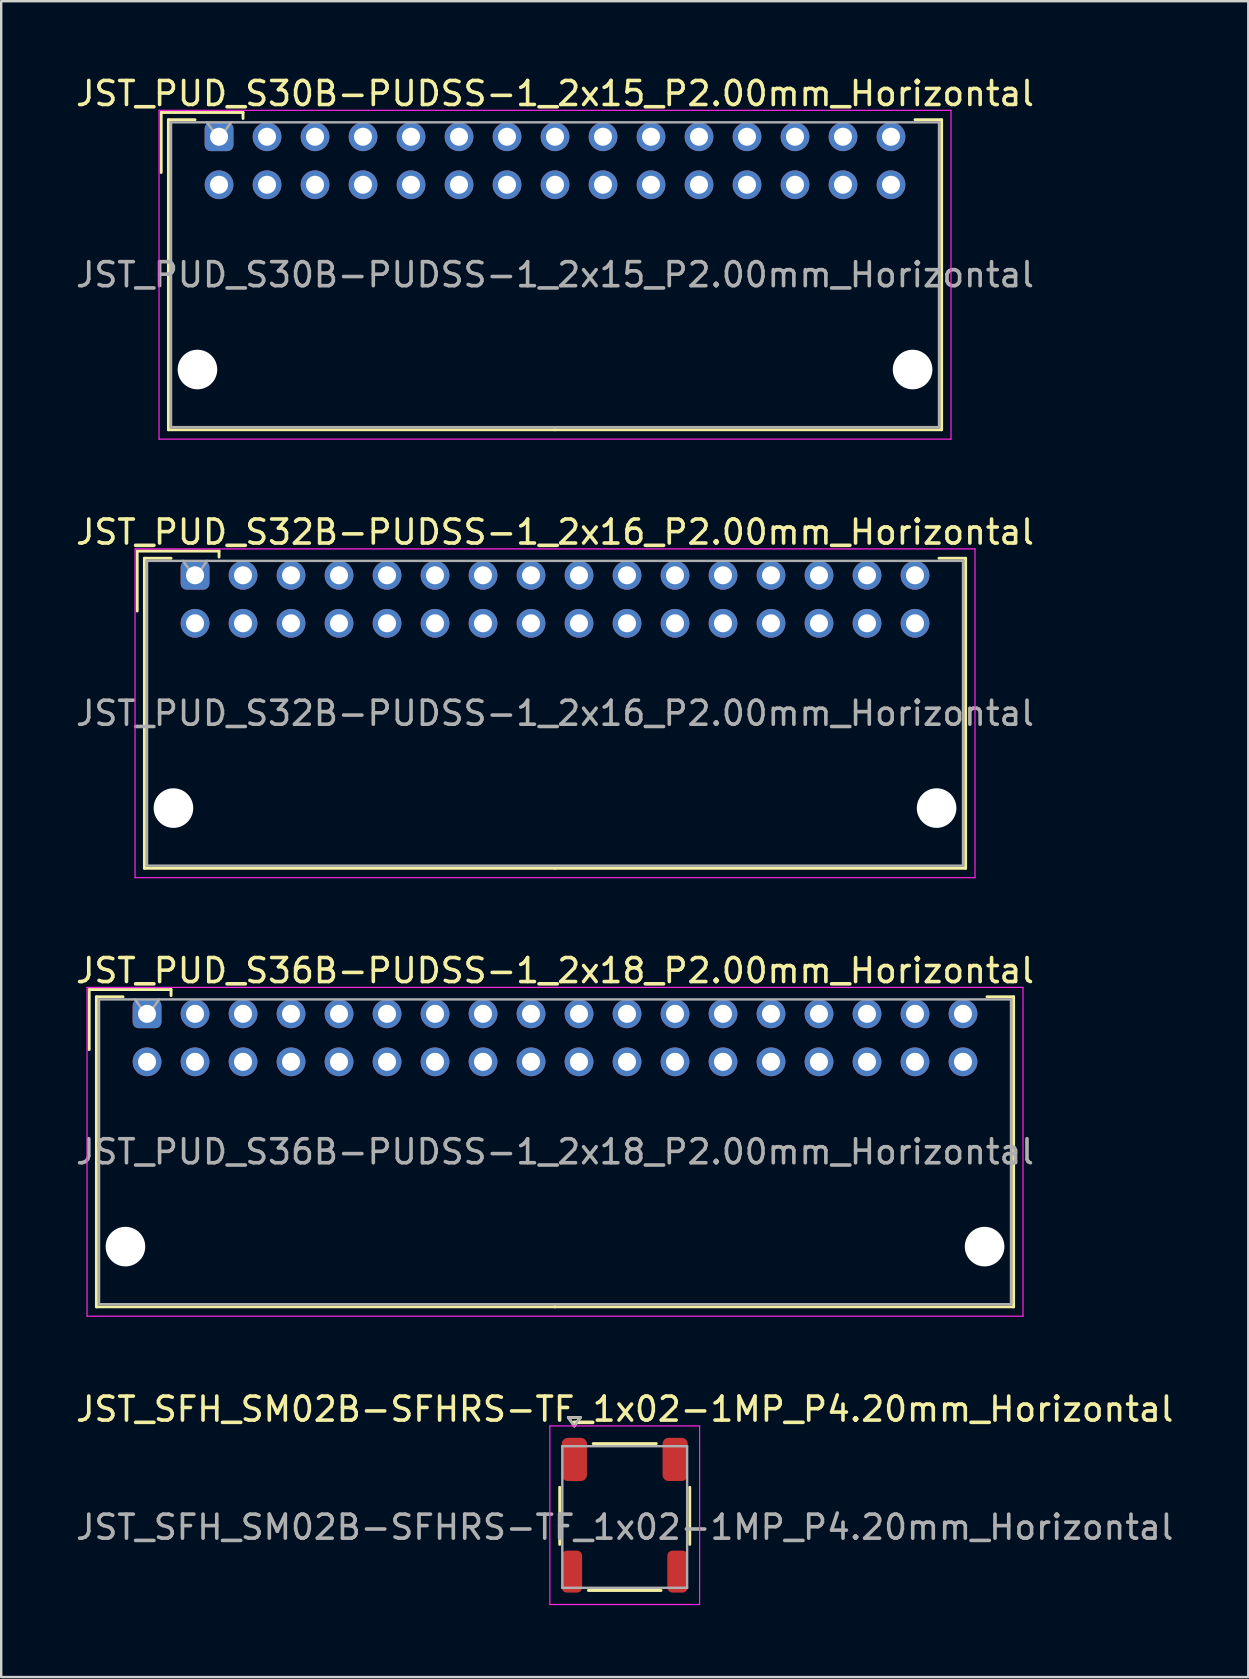
<source format=kicad_pcb>
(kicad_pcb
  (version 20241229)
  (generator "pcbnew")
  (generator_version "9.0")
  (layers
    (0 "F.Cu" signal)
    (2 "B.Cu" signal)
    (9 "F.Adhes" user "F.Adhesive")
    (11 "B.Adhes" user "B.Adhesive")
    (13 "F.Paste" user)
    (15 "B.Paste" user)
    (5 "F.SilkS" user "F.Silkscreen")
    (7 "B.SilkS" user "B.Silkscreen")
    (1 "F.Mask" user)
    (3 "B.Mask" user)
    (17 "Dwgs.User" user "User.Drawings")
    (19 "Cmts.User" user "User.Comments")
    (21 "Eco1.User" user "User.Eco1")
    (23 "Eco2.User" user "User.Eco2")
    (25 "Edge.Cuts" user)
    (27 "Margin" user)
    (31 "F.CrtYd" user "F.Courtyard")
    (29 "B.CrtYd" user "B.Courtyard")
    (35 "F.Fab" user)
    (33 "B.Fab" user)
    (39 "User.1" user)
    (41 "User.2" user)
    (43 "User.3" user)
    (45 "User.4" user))
  (footprint "JST_PUD_S36B-PUDSS-1_2x18_P2.00mm_Horizontal"
    (layer "F.Cu")
    (at 3.077 39.195)
    (property "Reference" "JST_PUD_S36B-PUDSS-1_2x18_P2.00mm_Horizontal" (at 17 -1.8 0) (layer "F.SilkS") (effects (font (size 1 1) (thickness 0.15))))
    (attr through_hole)
    (fp_line (start -2.41 -1.01) (end -2.41 1.49) (stroke (width 0.12) (type solid)) (layer "F.SilkS"))
    (fp_line (start -2.11 -0.71) (end -2.11 12.21) (stroke (width 0.12) (type solid)) (layer "F.SilkS"))
    (fp_line (start -2.11 12.21) (end 17 12.21) (stroke (width 0.12) (type solid)) (layer "F.SilkS"))
    (fp_line (start -1 -0.71) (end -2.11 -0.71) (stroke (width 0.12) (type solid)) (layer "F.SilkS"))
    (fp_line (start 1 -1.01) (end -2.41 -1.01) (stroke (width 0.12) (type solid)) (layer "F.SilkS"))
    (fp_line (start 1 -0.76) (end 1 -1.01) (stroke (width 0.12) (type solid)) (layer "F.SilkS"))
    (fp_line (start 35 -0.71) (end 36.11 -0.71) (stroke (width 0.12) (type solid)) (layer "F.SilkS"))
    (fp_line (start 36.11 -0.71) (end 36.11 12.21) (stroke (width 0.12) (type solid)) (layer "F.SilkS"))
    (fp_line (start 36.11 12.21) (end 17 12.21) (stroke (width 0.12) (type solid)) (layer "F.SilkS"))
    (fp_line (start -2.5 -1.1) (end -2.5 12.6) (stroke (width 0.05) (type solid)) (layer "F.CrtYd"))
    (fp_line (start -2.5 12.6) (end 36.5 12.6) (stroke (width 0.05) (type solid)) (layer "F.CrtYd"))
    (fp_line (start 36.5 -1.1) (end -2.5 -1.1) (stroke (width 0.05) (type solid)) (layer "F.CrtYd"))
    (fp_line (start 36.5 12.6) (end 36.5 -1.1) (stroke (width 0.05) (type solid)) (layer "F.CrtYd"))
    (fp_line (start -2 -0.6) (end -2 12.1) (stroke (width 0.1) (type solid)) (layer "F.Fab"))
    (fp_line (start -2 12.1) (end 36 12.1) (stroke (width 0.1) (type solid)) (layer "F.Fab"))
    (fp_line (start 0 0.107) (end -0.5 -0.6) (stroke (width 0.1) (type solid)) (layer "F.Fab"))
    (fp_line (start 0.5 -0.6) (end 0 0.107) (stroke (width 0.1) (type solid)) (layer "F.Fab"))
    (fp_line (start 36 -0.6) (end -2 -0.6) (stroke (width 0.1) (type solid)) (layer "F.Fab"))
    (fp_line (start 36 12.1) (end 36 -0.6) (stroke (width 0.1) (type solid)) (layer "F.Fab"))
    (fp_text user "${REFERENCE}" (at 17 5.75 0) (layer "F.Fab") (effects (font (size 1 1) (thickness 0.15))))
    (pad "" np_thru_hole circle (at -0.9 9.7) (size 1.65 1.65) (drill 1.65) (layers "*.Cu" "*.Mask"))
    (pad "" np_thru_hole circle (at 34.9 9.7) (size 1.65 1.65) (drill 1.65) (layers "*.Cu" "*.Mask"))
    (pad "1" thru_hole roundrect (at 0 0) (size 1.2 1.2) (drill 0.75) (layers "*.Cu" "*.Mask") (roundrect_rratio 0.208))
    (pad "2" thru_hole circle (at 0 2) (size 1.2 1.2) (drill 0.75) (layers "*.Cu" "*.Mask"))
    (pad "3" thru_hole circle (at 2 0) (size 1.2 1.2) (drill 0.75) (layers "*.Cu" "*.Mask"))
    (pad "4" thru_hole circle (at 2 2) (size 1.2 1.2) (drill 0.75) (layers "*.Cu" "*.Mask"))
    (pad "5" thru_hole circle (at 4 0) (size 1.2 1.2) (drill 0.75) (layers "*.Cu" "*.Mask"))
    (pad "6" thru_hole circle (at 4 2) (size 1.2 1.2) (drill 0.75) (layers "*.Cu" "*.Mask"))
    (pad "7" thru_hole circle (at 6 0) (size 1.2 1.2) (drill 0.75) (layers "*.Cu" "*.Mask"))
    (pad "8" thru_hole circle (at 6 2) (size 1.2 1.2) (drill 0.75) (layers "*.Cu" "*.Mask"))
    (pad "9" thru_hole circle (at 8 0) (size 1.2 1.2) (drill 0.75) (layers "*.Cu" "*.Mask"))
    (pad "10" thru_hole circle (at 8 2) (size 1.2 1.2) (drill 0.75) (layers "*.Cu" "*.Mask"))
    (pad "11" thru_hole circle (at 10 0) (size 1.2 1.2) (drill 0.75) (layers "*.Cu" "*.Mask"))
    (pad "12" thru_hole circle (at 10 2) (size 1.2 1.2) (drill 0.75) (layers "*.Cu" "*.Mask"))
    (pad "13" thru_hole circle (at 12 0) (size 1.2 1.2) (drill 0.75) (layers "*.Cu" "*.Mask"))
    (pad "14" thru_hole circle (at 12 2) (size 1.2 1.2) (drill 0.75) (layers "*.Cu" "*.Mask"))
    (pad "15" thru_hole circle (at 14 0) (size 1.2 1.2) (drill 0.75) (layers "*.Cu" "*.Mask"))
    (pad "16" thru_hole circle (at 14 2) (size 1.2 1.2) (drill 0.75) (layers "*.Cu" "*.Mask"))
    (pad "17" thru_hole circle (at 16 0) (size 1.2 1.2) (drill 0.75) (layers "*.Cu" "*.Mask"))
    (pad "18" thru_hole circle (at 16 2) (size 1.2 1.2) (drill 0.75) (layers "*.Cu" "*.Mask"))
    (pad "19" thru_hole circle (at 18 0) (size 1.2 1.2) (drill 0.75) (layers "*.Cu" "*.Mask"))
    (pad "20" thru_hole circle (at 18 2) (size 1.2 1.2) (drill 0.75) (layers "*.Cu" "*.Mask"))
    (pad "21" thru_hole circle (at 20 0) (size 1.2 1.2) (drill 0.75) (layers "*.Cu" "*.Mask"))
    (pad "22" thru_hole circle (at 20 2) (size 1.2 1.2) (drill 0.75) (layers "*.Cu" "*.Mask"))
    (pad "23" thru_hole circle (at 22 0) (size 1.2 1.2) (drill 0.75) (layers "*.Cu" "*.Mask"))
    (pad "24" thru_hole circle (at 22 2) (size 1.2 1.2) (drill 0.75) (layers "*.Cu" "*.Mask"))
    (pad "25" thru_hole circle (at 24 0) (size 1.2 1.2) (drill 0.75) (layers "*.Cu" "*.Mask"))
    (pad "26" thru_hole circle (at 24 2) (size 1.2 1.2) (drill 0.75) (layers "*.Cu" "*.Mask"))
    (pad "27" thru_hole circle (at 26 0) (size 1.2 1.2) (drill 0.75) (layers "*.Cu" "*.Mask"))
    (pad "28" thru_hole circle (at 26 2) (size 1.2 1.2) (drill 0.75) (layers "*.Cu" "*.Mask"))
    (pad "29" thru_hole circle (at 28 0) (size 1.2 1.2) (drill 0.75) (layers "*.Cu" "*.Mask"))
    (pad "30" thru_hole circle (at 28 2) (size 1.2 1.2) (drill 0.75) (layers "*.Cu" "*.Mask"))
    (pad "31" thru_hole circle (at 30 0) (size 1.2 1.2) (drill 0.75) (layers "*.Cu" "*.Mask"))
    (pad "32" thru_hole circle (at 30 2) (size 1.2 1.2) (drill 0.75) (layers "*.Cu" "*.Mask"))
    (pad "33" thru_hole circle (at 32 0) (size 1.2 1.2) (drill 0.75) (layers "*.Cu" "*.Mask"))
    (pad "34" thru_hole circle (at 32 2) (size 1.2 1.2) (drill 0.75) (layers "*.Cu" "*.Mask"))
    (pad "35" thru_hole circle (at 34 0) (size 1.2 1.2) (drill 0.75) (layers "*.Cu" "*.Mask"))
    (pad "36" thru_hole circle (at 34 2) (size 1.2 1.2) (drill 0.75) (layers "*.Cu" "*.Mask")))
  (footprint "JST_PUD_S30B-PUDSS-1_2x15_P2.00mm_Horizontal"
    (layer "F.Cu")
    (at 6.077 2.648)
    (property "Reference" "JST_PUD_S30B-PUDSS-1_2x15_P2.00mm_Horizontal" (at 14 -1.8 0) (layer "F.SilkS") (effects (font (size 1 1) (thickness 0.15))))
    (attr through_hole)
    (fp_line (start -2.41 -1.01) (end -2.41 1.49) (stroke (width 0.12) (type solid)) (layer "F.SilkS"))
    (fp_line (start -2.11 -0.71) (end -2.11 12.21) (stroke (width 0.12) (type solid)) (layer "F.SilkS"))
    (fp_line (start -2.11 12.21) (end 14 12.21) (stroke (width 0.12) (type solid)) (layer "F.SilkS"))
    (fp_line (start -1 -0.71) (end -2.11 -0.71) (stroke (width 0.12) (type solid)) (layer "F.SilkS"))
    (fp_line (start 1 -1.01) (end -2.41 -1.01) (stroke (width 0.12) (type solid)) (layer "F.SilkS"))
    (fp_line (start 1 -0.76) (end 1 -1.01) (stroke (width 0.12) (type solid)) (layer "F.SilkS"))
    (fp_line (start 29 -0.71) (end 30.11 -0.71) (stroke (width 0.12) (type solid)) (layer "F.SilkS"))
    (fp_line (start 30.11 -0.71) (end 30.11 12.21) (stroke (width 0.12) (type solid)) (layer "F.SilkS"))
    (fp_line (start 30.11 12.21) (end 14 12.21) (stroke (width 0.12) (type solid)) (layer "F.SilkS"))
    (fp_line (start -2.5 -1.1) (end -2.5 12.6) (stroke (width 0.05) (type solid)) (layer "F.CrtYd"))
    (fp_line (start -2.5 12.6) (end 30.5 12.6) (stroke (width 0.05) (type solid)) (layer "F.CrtYd"))
    (fp_line (start 30.5 -1.1) (end -2.5 -1.1) (stroke (width 0.05) (type solid)) (layer "F.CrtYd"))
    (fp_line (start 30.5 12.6) (end 30.5 -1.1) (stroke (width 0.05) (type solid)) (layer "F.CrtYd"))
    (fp_line (start -2 -0.6) (end -2 12.1) (stroke (width 0.1) (type solid)) (layer "F.Fab"))
    (fp_line (start -2 12.1) (end 30 12.1) (stroke (width 0.1) (type solid)) (layer "F.Fab"))
    (fp_line (start 0 0.107) (end -0.5 -0.6) (stroke (width 0.1) (type solid)) (layer "F.Fab"))
    (fp_line (start 0.5 -0.6) (end 0 0.107) (stroke (width 0.1) (type solid)) (layer "F.Fab"))
    (fp_line (start 30 -0.6) (end -2 -0.6) (stroke (width 0.1) (type solid)) (layer "F.Fab"))
    (fp_line (start 30 12.1) (end 30 -0.6) (stroke (width 0.1) (type solid)) (layer "F.Fab"))
    (fp_text user "${REFERENCE}" (at 14 5.75 0) (layer "F.Fab") (effects (font (size 1 1) (thickness 0.15))))
    (pad "" np_thru_hole circle (at -0.9 9.7) (size 1.65 1.65) (drill 1.65) (layers "*.Cu" "*.Mask"))
    (pad "" np_thru_hole circle (at 28.9 9.7) (size 1.65 1.65) (drill 1.65) (layers "*.Cu" "*.Mask"))
    (pad "1" thru_hole roundrect (at 0 0) (size 1.2 1.2) (drill 0.75) (layers "*.Cu" "*.Mask") (roundrect_rratio 0.208))
    (pad "2" thru_hole circle (at 0 2) (size 1.2 1.2) (drill 0.75) (layers "*.Cu" "*.Mask"))
    (pad "3" thru_hole circle (at 2 0) (size 1.2 1.2) (drill 0.75) (layers "*.Cu" "*.Mask"))
    (pad "4" thru_hole circle (at 2 2) (size 1.2 1.2) (drill 0.75) (layers "*.Cu" "*.Mask"))
    (pad "5" thru_hole circle (at 4 0) (size 1.2 1.2) (drill 0.75) (layers "*.Cu" "*.Mask"))
    (pad "6" thru_hole circle (at 4 2) (size 1.2 1.2) (drill 0.75) (layers "*.Cu" "*.Mask"))
    (pad "7" thru_hole circle (at 6 0) (size 1.2 1.2) (drill 0.75) (layers "*.Cu" "*.Mask"))
    (pad "8" thru_hole circle (at 6 2) (size 1.2 1.2) (drill 0.75) (layers "*.Cu" "*.Mask"))
    (pad "9" thru_hole circle (at 8 0) (size 1.2 1.2) (drill 0.75) (layers "*.Cu" "*.Mask"))
    (pad "10" thru_hole circle (at 8 2) (size 1.2 1.2) (drill 0.75) (layers "*.Cu" "*.Mask"))
    (pad "11" thru_hole circle (at 10 0) (size 1.2 1.2) (drill 0.75) (layers "*.Cu" "*.Mask"))
    (pad "12" thru_hole circle (at 10 2) (size 1.2 1.2) (drill 0.75) (layers "*.Cu" "*.Mask"))
    (pad "13" thru_hole circle (at 12 0) (size 1.2 1.2) (drill 0.75) (layers "*.Cu" "*.Mask"))
    (pad "14" thru_hole circle (at 12 2) (size 1.2 1.2) (drill 0.75) (layers "*.Cu" "*.Mask"))
    (pad "15" thru_hole circle (at 14 0) (size 1.2 1.2) (drill 0.75) (layers "*.Cu" "*.Mask"))
    (pad "16" thru_hole circle (at 14 2) (size 1.2 1.2) (drill 0.75) (layers "*.Cu" "*.Mask"))
    (pad "17" thru_hole circle (at 16 0) (size 1.2 1.2) (drill 0.75) (layers "*.Cu" "*.Mask"))
    (pad "18" thru_hole circle (at 16 2) (size 1.2 1.2) (drill 0.75) (layers "*.Cu" "*.Mask"))
    (pad "19" thru_hole circle (at 18 0) (size 1.2 1.2) (drill 0.75) (layers "*.Cu" "*.Mask"))
    (pad "20" thru_hole circle (at 18 2) (size 1.2 1.2) (drill 0.75) (layers "*.Cu" "*.Mask"))
    (pad "21" thru_hole circle (at 20 0) (size 1.2 1.2) (drill 0.75) (layers "*.Cu" "*.Mask"))
    (pad "22" thru_hole circle (at 20 2) (size 1.2 1.2) (drill 0.75) (layers "*.Cu" "*.Mask"))
    (pad "23" thru_hole circle (at 22 0) (size 1.2 1.2) (drill 0.75) (layers "*.Cu" "*.Mask"))
    (pad "24" thru_hole circle (at 22 2) (size 1.2 1.2) (drill 0.75) (layers "*.Cu" "*.Mask"))
    (pad "25" thru_hole circle (at 24 0) (size 1.2 1.2) (drill 0.75) (layers "*.Cu" "*.Mask"))
    (pad "26" thru_hole circle (at 24 2) (size 1.2 1.2) (drill 0.75) (layers "*.Cu" "*.Mask"))
    (pad "27" thru_hole circle (at 26 0) (size 1.2 1.2) (drill 0.75) (layers "*.Cu" "*.Mask"))
    (pad "28" thru_hole circle (at 26 2) (size 1.2 1.2) (drill 0.75) (layers "*.Cu" "*.Mask"))
    (pad "29" thru_hole circle (at 28 0) (size 1.2 1.2) (drill 0.75) (layers "*.Cu" "*.Mask"))
    (pad "30" thru_hole circle (at 28 2) (size 1.2 1.2) (drill 0.75) (layers "*.Cu" "*.Mask")))
  (footprint "JST_SFH_SM02B-SFHRS-TF_1x02-1MP_P4.20mm_Horizontal"
    (layer "F.Cu")
    (at 22.982 60.088)
    (property "Reference" "JST_SFH_SM02B-SFHRS-TF_1x02-1MP_P4.20mm_Horizontal" (at 0 -4.42 0) (layer "F.SilkS") (effects (font (size 1 1) (thickness 0.15))))
    (attr smd)
    (fp_line (start -2.71 -1.165) (end -2.71 1.215) (stroke (width 0.12) (type solid)) (layer "F.SilkS"))
    (fp_line (start -2.35 -4.074) (end -2.1 -3.72) (stroke (width 0.12) (type solid)) (layer "F.SilkS"))
    (fp_line (start -2.1 -3.72) (end -1.85 -4.074) (stroke (width 0.12) (type solid)) (layer "F.SilkS"))
    (fp_line (start -1.85 -4.074) (end -2.35 -4.074) (stroke (width 0.12) (type solid)) (layer "F.SilkS"))
    (fp_line (start -1.515 3.135) (end 1.515 3.135) (stroke (width 0.12) (type solid)) (layer "F.SilkS"))
    (fp_line (start -1.315 -2.985) (end 1.315 -2.985) (stroke (width 0.12) (type solid)) (layer "F.SilkS"))
    (fp_line (start 2.71 -1.165) (end 2.71 1.215) (stroke (width 0.12) (type solid)) (layer "F.SilkS"))
    (fp_line (start -3.12 -3.72) (end -3.12 3.72) (stroke (width 0.05) (type solid)) (layer "F.CrtYd"))
    (fp_line (start -3.12 3.72) (end 3.12 3.72) (stroke (width 0.05) (type solid)) (layer "F.CrtYd"))
    (fp_line (start 3.12 -3.72) (end -3.12 -3.72) (stroke (width 0.05) (type solid)) (layer "F.CrtYd"))
    (fp_line (start 3.12 3.72) (end 3.12 -3.72) (stroke (width 0.05) (type solid)) (layer "F.CrtYd"))
    (fp_line (start -2.6 -2.875) (end -2.6 3.025) (stroke (width 0.1) (type solid)) (layer "F.Fab"))
    (fp_line (start -2.6 -2.875) (end 2.6 -2.875) (stroke (width 0.1) (type solid)) (layer "F.Fab"))
    (fp_line (start -2.6 3.025) (end 2.6 3.025) (stroke (width 0.1) (type solid)) (layer "F.Fab"))
    (fp_line (start -2.35 -4.074) (end -2.1 -3.72) (stroke (width 0.1) (type solid)) (layer "F.Fab"))
    (fp_line (start -2.1 -3.72) (end -1.85 -4.074) (stroke (width 0.1) (type solid)) (layer "F.Fab"))
    (fp_line (start -1.85 -4.074) (end -2.35 -4.074) (stroke (width 0.1) (type solid)) (layer "F.Fab"))
    (fp_line (start 2.6 -2.875) (end 2.6 3.025) (stroke (width 0.1) (type solid)) (layer "F.Fab"))
    (fp_text user "${REFERENCE}" (at 0 0.5 0) (layer "F.Fab") (effects (font (size 1 1) (thickness 0.15))))
    (pad "1" smd roundrect (at -2.1 -2.325) (size 1.05 1.8) (layers "F.Cu" "F.Mask" "F.Paste") (roundrect_rratio 0.238))
    (pad "2" smd roundrect (at 2.1 -2.325) (size 1.05 1.8) (layers "F.Cu" "F.Mask" "F.Paste") (roundrect_rratio 0.238))
    (pad "MP" smd roundrect (at -2.2 2.35) (size 0.85 1.75) (layers "F.Cu" "F.Mask" "F.Paste") (roundrect_rratio 0.25))
    (pad "MP" smd roundrect (at 2.2 2.35) (size 0.85 1.75) (layers "F.Cu" "F.Mask" "F.Paste") (roundrect_rratio 0.25)))
  (footprint "JST_PUD_S32B-PUDSS-1_2x16_P2.00mm_Horizontal"
    (layer "F.Cu")
    (at 5.077 20.922)
    (property "Reference" "JST_PUD_S32B-PUDSS-1_2x16_P2.00mm_Horizontal" (at 15 -1.8 0) (layer "F.SilkS") (effects (font (size 1 1) (thickness 0.15))))
    (attr through_hole)
    (fp_line (start -2.41 -1.01) (end -2.41 1.49) (stroke (width 0.12) (type solid)) (layer "F.SilkS"))
    (fp_line (start -2.11 -0.71) (end -2.11 12.21) (stroke (width 0.12) (type solid)) (layer "F.SilkS"))
    (fp_line (start -2.11 12.21) (end 15 12.21) (stroke (width 0.12) (type solid)) (layer "F.SilkS"))
    (fp_line (start -1 -0.71) (end -2.11 -0.71) (stroke (width 0.12) (type solid)) (layer "F.SilkS"))
    (fp_line (start 1 -1.01) (end -2.41 -1.01) (stroke (width 0.12) (type solid)) (layer "F.SilkS"))
    (fp_line (start 1 -0.76) (end 1 -1.01) (stroke (width 0.12) (type solid)) (layer "F.SilkS"))
    (fp_line (start 31 -0.71) (end 32.11 -0.71) (stroke (width 0.12) (type solid)) (layer "F.SilkS"))
    (fp_line (start 32.11 -0.71) (end 32.11 12.21) (stroke (width 0.12) (type solid)) (layer "F.SilkS"))
    (fp_line (start 32.11 12.21) (end 15 12.21) (stroke (width 0.12) (type solid)) (layer "F.SilkS"))
    (fp_line (start -2.5 -1.1) (end -2.5 12.6) (stroke (width 0.05) (type solid)) (layer "F.CrtYd"))
    (fp_line (start -2.5 12.6) (end 32.5 12.6) (stroke (width 0.05) (type solid)) (layer "F.CrtYd"))
    (fp_line (start 32.5 -1.1) (end -2.5 -1.1) (stroke (width 0.05) (type solid)) (layer "F.CrtYd"))
    (fp_line (start 32.5 12.6) (end 32.5 -1.1) (stroke (width 0.05) (type solid)) (layer "F.CrtYd"))
    (fp_line (start -2 -0.6) (end -2 12.1) (stroke (width 0.1) (type solid)) (layer "F.Fab"))
    (fp_line (start -2 12.1) (end 32 12.1) (stroke (width 0.1) (type solid)) (layer "F.Fab"))
    (fp_line (start 0 0.107) (end -0.5 -0.6) (stroke (width 0.1) (type solid)) (layer "F.Fab"))
    (fp_line (start 0.5 -0.6) (end 0 0.107) (stroke (width 0.1) (type solid)) (layer "F.Fab"))
    (fp_line (start 32 -0.6) (end -2 -0.6) (stroke (width 0.1) (type solid)) (layer "F.Fab"))
    (fp_line (start 32 12.1) (end 32 -0.6) (stroke (width 0.1) (type solid)) (layer "F.Fab"))
    (fp_text user "${REFERENCE}" (at 15 5.75 0) (layer "F.Fab") (effects (font (size 1 1) (thickness 0.15))))
    (pad "" np_thru_hole circle (at -0.9 9.7) (size 1.65 1.65) (drill 1.65) (layers "*.Cu" "*.Mask"))
    (pad "" np_thru_hole circle (at 30.9 9.7) (size 1.65 1.65) (drill 1.65) (layers "*.Cu" "*.Mask"))
    (pad "1" thru_hole roundrect (at 0 0) (size 1.2 1.2) (drill 0.75) (layers "*.Cu" "*.Mask") (roundrect_rratio 0.208))
    (pad "2" thru_hole circle (at 0 2) (size 1.2 1.2) (drill 0.75) (layers "*.Cu" "*.Mask"))
    (pad "3" thru_hole circle (at 2 0) (size 1.2 1.2) (drill 0.75) (layers "*.Cu" "*.Mask"))
    (pad "4" thru_hole circle (at 2 2) (size 1.2 1.2) (drill 0.75) (layers "*.Cu" "*.Mask"))
    (pad "5" thru_hole circle (at 4 0) (size 1.2 1.2) (drill 0.75) (layers "*.Cu" "*.Mask"))
    (pad "6" thru_hole circle (at 4 2) (size 1.2 1.2) (drill 0.75) (layers "*.Cu" "*.Mask"))
    (pad "7" thru_hole circle (at 6 0) (size 1.2 1.2) (drill 0.75) (layers "*.Cu" "*.Mask"))
    (pad "8" thru_hole circle (at 6 2) (size 1.2 1.2) (drill 0.75) (layers "*.Cu" "*.Mask"))
    (pad "9" thru_hole circle (at 8 0) (size 1.2 1.2) (drill 0.75) (layers "*.Cu" "*.Mask"))
    (pad "10" thru_hole circle (at 8 2) (size 1.2 1.2) (drill 0.75) (layers "*.Cu" "*.Mask"))
    (pad "11" thru_hole circle (at 10 0) (size 1.2 1.2) (drill 0.75) (layers "*.Cu" "*.Mask"))
    (pad "12" thru_hole circle (at 10 2) (size 1.2 1.2) (drill 0.75) (layers "*.Cu" "*.Mask"))
    (pad "13" thru_hole circle (at 12 0) (size 1.2 1.2) (drill 0.75) (layers "*.Cu" "*.Mask"))
    (pad "14" thru_hole circle (at 12 2) (size 1.2 1.2) (drill 0.75) (layers "*.Cu" "*.Mask"))
    (pad "15" thru_hole circle (at 14 0) (size 1.2 1.2) (drill 0.75) (layers "*.Cu" "*.Mask"))
    (pad "16" thru_hole circle (at 14 2) (size 1.2 1.2) (drill 0.75) (layers "*.Cu" "*.Mask"))
    (pad "17" thru_hole circle (at 16 0) (size 1.2 1.2) (drill 0.75) (layers "*.Cu" "*.Mask"))
    (pad "18" thru_hole circle (at 16 2) (size 1.2 1.2) (drill 0.75) (layers "*.Cu" "*.Mask"))
    (pad "19" thru_hole circle (at 18 0) (size 1.2 1.2) (drill 0.75) (layers "*.Cu" "*.Mask"))
    (pad "20" thru_hole circle (at 18 2) (size 1.2 1.2) (drill 0.75) (layers "*.Cu" "*.Mask"))
    (pad "21" thru_hole circle (at 20 0) (size 1.2 1.2) (drill 0.75) (layers "*.Cu" "*.Mask"))
    (pad "22" thru_hole circle (at 20 2) (size 1.2 1.2) (drill 0.75) (layers "*.Cu" "*.Mask"))
    (pad "23" thru_hole circle (at 22 0) (size 1.2 1.2) (drill 0.75) (layers "*.Cu" "*.Mask"))
    (pad "24" thru_hole circle (at 22 2) (size 1.2 1.2) (drill 0.75) (layers "*.Cu" "*.Mask"))
    (pad "25" thru_hole circle (at 24 0) (size 1.2 1.2) (drill 0.75) (layers "*.Cu" "*.Mask"))
    (pad "26" thru_hole circle (at 24 2) (size 1.2 1.2) (drill 0.75) (layers "*.Cu" "*.Mask"))
    (pad "27" thru_hole circle (at 26 0) (size 1.2 1.2) (drill 0.75) (layers "*.Cu" "*.Mask"))
    (pad "28" thru_hole circle (at 26 2) (size 1.2 1.2) (drill 0.75) (layers "*.Cu" "*.Mask"))
    (pad "29" thru_hole circle (at 28 0) (size 1.2 1.2) (drill 0.75) (layers "*.Cu" "*.Mask"))
    (pad "30" thru_hole circle (at 28 2) (size 1.2 1.2) (drill 0.75) (layers "*.Cu" "*.Mask"))
    (pad "31" thru_hole circle (at 30 0) (size 1.2 1.2) (drill 0.75) (layers "*.Cu" "*.Mask"))
    (pad "32" thru_hole circle (at 30 2) (size 1.2 1.2) (drill 0.75) (layers "*.Cu" "*.Mask")))
  (gr_rect
    (start -3 -3)
    (end 48.964 66.833)
    (stroke (width 0.1) (type default))
    (fill no)
    (layer "Edge.Cuts")))
</source>
